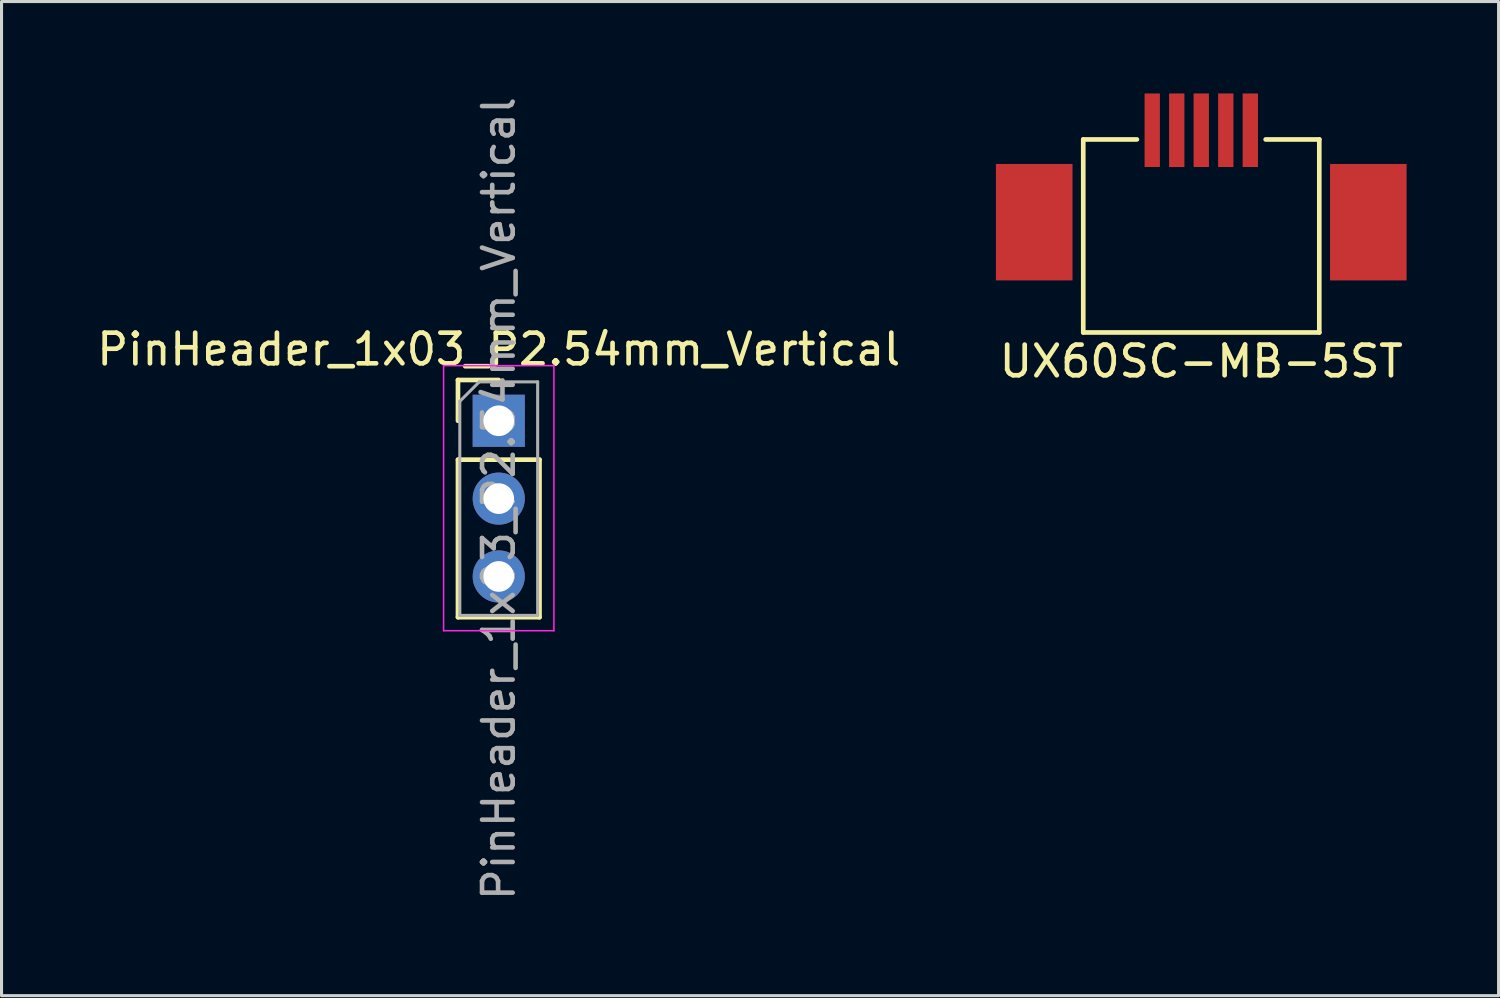
<source format=kicad_pcb>
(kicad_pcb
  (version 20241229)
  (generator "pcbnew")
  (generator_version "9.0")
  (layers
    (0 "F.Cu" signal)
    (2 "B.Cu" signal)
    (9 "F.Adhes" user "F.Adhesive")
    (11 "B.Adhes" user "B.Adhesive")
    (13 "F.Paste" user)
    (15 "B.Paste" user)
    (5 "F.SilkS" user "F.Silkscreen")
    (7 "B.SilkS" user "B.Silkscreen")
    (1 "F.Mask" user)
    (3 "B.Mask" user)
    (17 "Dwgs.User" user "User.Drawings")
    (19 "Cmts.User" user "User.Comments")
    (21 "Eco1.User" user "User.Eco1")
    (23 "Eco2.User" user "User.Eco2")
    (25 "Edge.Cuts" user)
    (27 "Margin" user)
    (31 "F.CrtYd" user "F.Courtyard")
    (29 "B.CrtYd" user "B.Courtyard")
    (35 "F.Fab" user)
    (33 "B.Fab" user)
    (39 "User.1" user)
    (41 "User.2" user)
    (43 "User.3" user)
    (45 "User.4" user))
  (footprint "UX60SC-MB-5ST"
    (layer "F.Cu")
    (at 36.148 6.1)
    (property "Reference" "UX60SC-MB-5ST" (at 0 2.64 0) (layer "F.SilkS") (effects (font (size 1 1) (thickness 0.152))))
    (attr through_hole)
    (fp_line (start -3.851 -4.6) (end -3.851 1.699) (stroke (width 0.152) (type solid)) (layer "F.SilkS"))
    (fp_line (start -3.851 -4.6) (end -2.101 -4.6) (stroke (width 0.152) (type solid)) (layer "F.SilkS"))
    (fp_line (start -3.851 1.699) (end 3.851 1.699) (stroke (width 0.152) (type solid)) (layer "F.SilkS"))
    (fp_line (start 3.851 -4.6) (end 2.101 -4.6) (stroke (width 0.152) (type solid)) (layer "F.SilkS"))
    (fp_line (start 3.851 1.699) (end 3.851 -4.6) (stroke (width 0.152) (type solid)) (layer "F.SilkS"))
    (pad "1" smd rect (at -1.6 -4.9) (size 0.5 2.4) (layers "F.Cu" "F.Mask" "F.Paste"))
    (pad "2" smd rect (at -0.8 -4.9) (size 0.5 2.4) (layers "F.Cu" "F.Mask" "F.Paste"))
    (pad "3" smd rect (at 0 -4.9) (size 0.5 2.4) (layers "F.Cu" "F.Mask" "F.Paste"))
    (pad "4" smd rect (at 0.8 -4.9) (size 0.5 2.4) (layers "F.Cu" "F.Mask" "F.Paste"))
    (pad "5" smd rect (at 1.6 -4.9) (size 0.5 2.4) (layers "F.Cu" "F.Mask" "F.Paste"))
    (pad "6" smd rect (at -5.451 -1.9) (size 2.499 3.8) (layers "F.Cu" "F.Mask" "F.Paste"))
    (pad "7" smd rect (at 5.451 -1.9) (size 2.499 3.8) (layers "F.Cu" "F.Mask" "F.Paste")))
  (footprint "PinHeader_1x03_P2.54mm_Vertical"
    (layer "F.Cu")
    (at 13.224 10.68)
    (property "Reference" "PinHeader_1x03_P2.54mm_Vertical" (at 0 -2.33 0) (layer "F.SilkS") (effects (font (size 1 1) (thickness 0.152))))
    (attr through_hole)
    (fp_line (start -1.33 -1.33) (end 0 -1.33) (stroke (width 0.152) (type solid)) (layer "F.SilkS"))
    (fp_line (start -1.33 0) (end -1.33 -1.33) (stroke (width 0.152) (type solid)) (layer "F.SilkS"))
    (fp_line (start -1.33 1.27) (end -1.33 6.41) (stroke (width 0.152) (type solid)) (layer "F.SilkS"))
    (fp_line (start -1.33 1.27) (end 1.33 1.27) (stroke (width 0.152) (type solid)) (layer "F.SilkS"))
    (fp_line (start -1.33 6.41) (end 1.33 6.41) (stroke (width 0.152) (type solid)) (layer "F.SilkS"))
    (fp_line (start 1.33 1.27) (end 1.33 6.41) (stroke (width 0.152) (type solid)) (layer "F.SilkS"))
    (fp_line (start -1.8 -1.8) (end -1.8 6.85) (stroke (width 0.05) (type solid)) (layer "F.CrtYd"))
    (fp_line (start -1.8 6.85) (end 1.8 6.85) (stroke (width 0.05) (type solid)) (layer "F.CrtYd"))
    (fp_line (start 1.8 -1.8) (end -1.8 -1.8) (stroke (width 0.05) (type solid)) (layer "F.CrtYd"))
    (fp_line (start 1.8 6.85) (end 1.8 -1.8) (stroke (width 0.05) (type solid)) (layer "F.CrtYd"))
    (fp_line (start -1.27 -0.635) (end -0.635 -1.27) (stroke (width 0.1) (type solid)) (layer "F.Fab"))
    (fp_line (start -1.27 6.35) (end -1.27 -0.635) (stroke (width 0.1) (type solid)) (layer "F.Fab"))
    (fp_line (start -0.635 -1.27) (end 1.27 -1.27) (stroke (width 0.1) (type solid)) (layer "F.Fab"))
    (fp_line (start 1.27 -1.27) (end 1.27 6.35) (stroke (width 0.1) (type solid)) (layer "F.Fab"))
    (fp_line (start 1.27 6.35) (end -1.27 6.35) (stroke (width 0.1) (type solid)) (layer "F.Fab"))
    (fp_text user "${REFERENCE}" (at 0 2.54 90) (layer "F.Fab") (effects (font (size 1 1) (thickness 0.15))))
    (pad "1" thru_hole rect (at 0 0) (size 1.7 1.7) (drill 1) (layers "*.Cu" "*.Mask"))
    (pad "2" thru_hole oval (at 0 2.54) (size 1.7 1.7) (drill 1) (layers "*.Cu" "*.Mask"))
    (pad "3" thru_hole oval (at 0 5.08) (size 1.7 1.7) (drill 1) (layers "*.Cu" "*.Mask")))
  (gr_rect
    (start -3 -3)
    (end 45.849 29.44)
    (stroke (width 0.1) (type default))
    (fill no)
    (layer "Edge.Cuts")))
</source>
